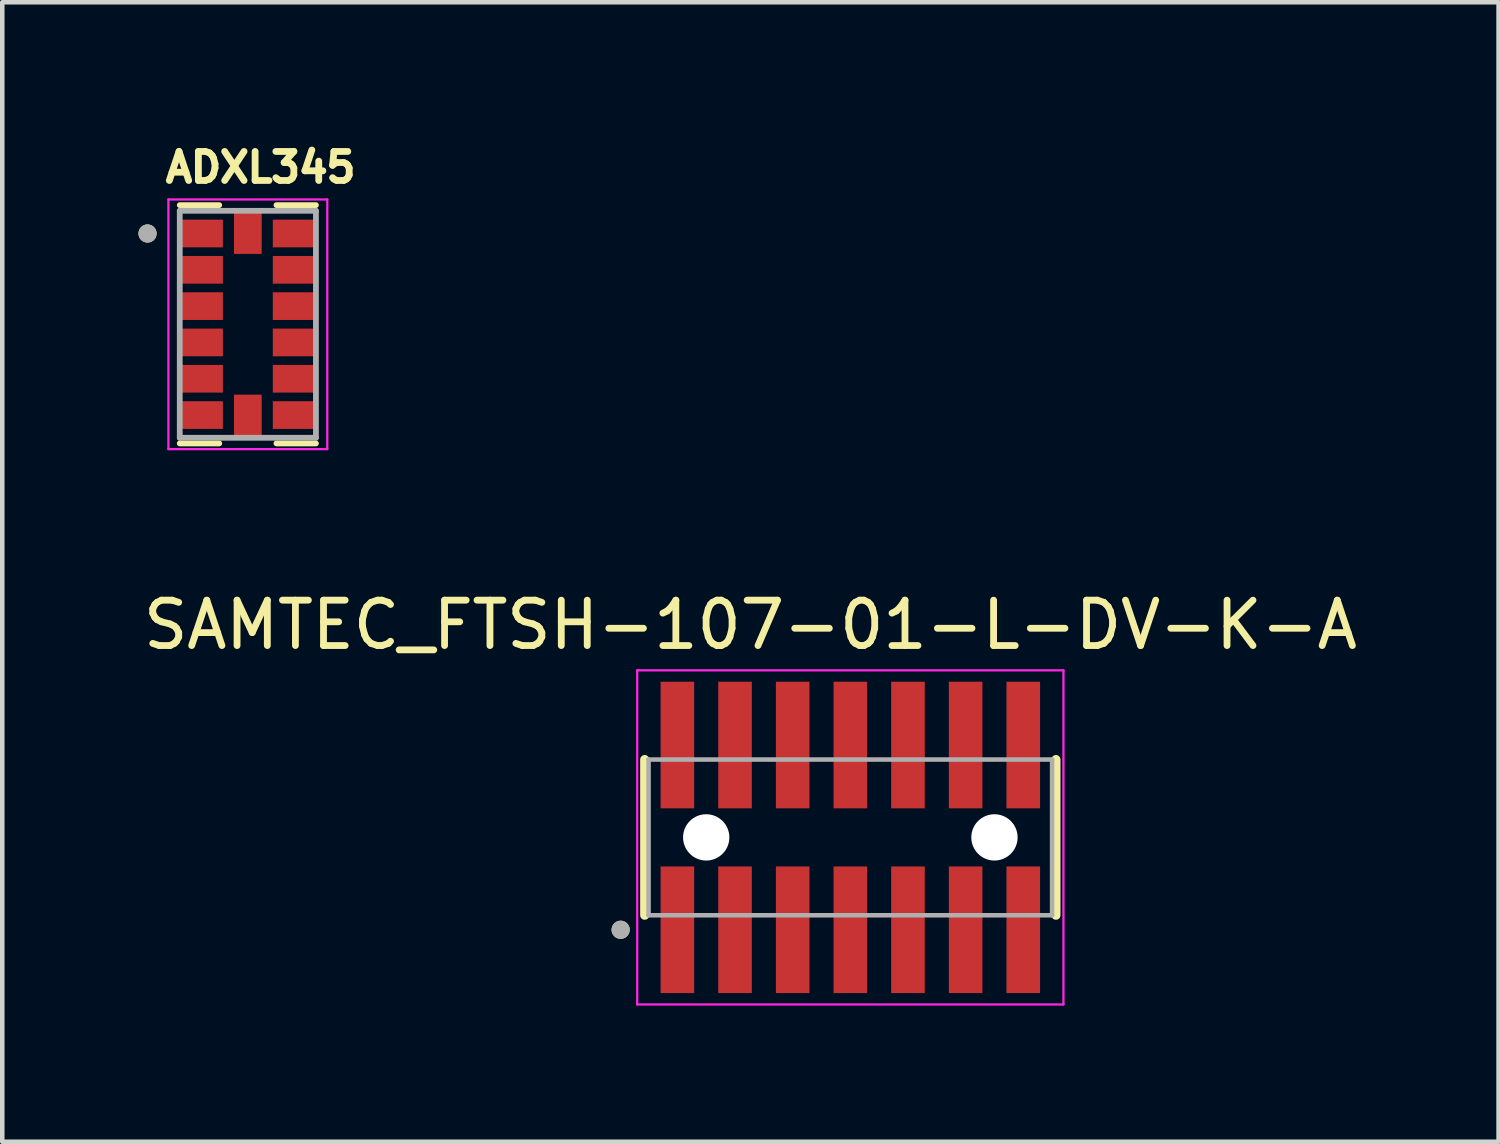
<source format=kicad_pcb>
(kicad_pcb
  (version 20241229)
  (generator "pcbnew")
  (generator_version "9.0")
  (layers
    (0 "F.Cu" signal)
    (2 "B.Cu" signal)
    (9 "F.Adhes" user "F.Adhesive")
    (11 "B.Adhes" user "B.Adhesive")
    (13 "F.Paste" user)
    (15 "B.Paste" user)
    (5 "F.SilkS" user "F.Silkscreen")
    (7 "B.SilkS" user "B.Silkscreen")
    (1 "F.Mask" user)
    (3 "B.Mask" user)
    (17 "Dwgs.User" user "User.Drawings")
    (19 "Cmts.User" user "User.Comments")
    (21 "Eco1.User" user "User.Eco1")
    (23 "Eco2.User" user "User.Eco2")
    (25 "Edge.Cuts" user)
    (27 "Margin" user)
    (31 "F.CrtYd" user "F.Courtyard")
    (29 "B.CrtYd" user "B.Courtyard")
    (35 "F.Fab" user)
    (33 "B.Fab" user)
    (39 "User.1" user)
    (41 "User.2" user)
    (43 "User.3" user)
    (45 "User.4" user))
  (footprint "SAMTEC_FTSH-107-01-L-DV-K-A"
    (layer "F.Cu")
    (at 15.683 15.398)
    (property "Reference" "SAMTEC_FTSH-107-01-L-DV-K-A" (at -2.201 -4.681 0) (layer "F.SilkS") (effects (font (size 1 1) (thickness 0.15))))
    (attr smd)
    (fp_circle (center -3.175 0) (end -2.614 0) (stroke (width 0) (type solid)) (fill yes) (layer "B.Mask"))
    (fp_circle (center 3.175 0) (end 3.736 0) (stroke (width 0) (type solid)) (fill yes) (layer "B.Mask"))
    (fp_line (start -4.53 -1.715) (end -4.53 1.715) (stroke (width 0.2) (type solid)) (layer "F.SilkS"))
    (fp_line (start 4.53 1.715) (end 4.53 -1.715) (stroke (width 0.2) (type solid)) (layer "F.SilkS"))
    (fp_circle (center -5.06 2.035) (end -4.96 2.035) (stroke (width 0.2) (type solid)) (fill no) (layer "F.SilkS"))
    (fp_poly (pts (xy -1.64 -3.427) (xy -0.9 -3.427) (xy -0.9 -0.637) (xy -1.64 -0.637)) (stroke (width 0.01) (type solid)) (fill yes) (layer "F.Paste"))
    (fp_poly (pts (xy -1.64 0.637) (xy -0.9 0.637) (xy -0.9 3.427) (xy -1.64 3.427)) (stroke (width 0.01) (type solid)) (fill yes) (layer "F.Paste"))
    (fp_poly (pts (xy -0.37 -3.427) (xy 0.37 -3.427) (xy 0.37 -0.637) (xy -0.37 -0.637)) (stroke (width 0.01) (type solid)) (fill yes) (layer "F.Paste"))
    (fp_poly (pts (xy -0.37 0.637) (xy 0.37 0.637) (xy 0.37 3.427) (xy -0.37 3.427)) (stroke (width 0.01) (type solid)) (fill yes) (layer "F.Paste"))
    (fp_poly (pts (xy 0.9 -3.427) (xy 1.64 -3.427) (xy 1.64 -0.637) (xy 0.9 -0.637)) (stroke (width 0.01) (type solid)) (fill yes) (layer "F.Paste"))
    (fp_poly (pts (xy 0.9 0.637) (xy 1.64 0.637) (xy 1.64 3.427) (xy 0.9 3.427)) (stroke (width 0.01) (type solid)) (fill yes) (layer "F.Paste"))
    (fp_poly (pts (xy 2.17 -3.427) (xy 2.91 -3.427) (xy 2.91 -0.637) (xy 2.17 -0.637)) (stroke (width 0.01) (type solid)) (fill yes) (layer "F.Paste"))
    (fp_poly (pts (xy 2.17 0.637) (xy 2.91 0.637) (xy 2.91 3.427) (xy 2.17 3.427)) (stroke (width 0.01) (type solid)) (fill yes) (layer "F.Paste"))
    (fp_poly (pts (xy 3.44 -3.427) (xy 4.18 -3.427) (xy 4.18 -0.637) (xy 3.44 -0.637)) (stroke (width 0.01) (type solid)) (fill yes) (layer "F.Paste"))
    (fp_poly (pts (xy 3.44 0.637) (xy 4.18 0.637) (xy 4.18 3.427) (xy 3.44 3.427)) (stroke (width 0.01) (type solid)) (fill yes) (layer "F.Paste"))
    (fp_line (start -4.695 -3.68) (end 4.695 -3.68) (stroke (width 0.05) (type solid)) (layer "F.CrtYd"))
    (fp_line (start -4.695 3.68) (end -4.695 -3.68) (stroke (width 0.05) (type solid)) (layer "F.CrtYd"))
    (fp_line (start 4.695 -3.68) (end 4.695 3.68) (stroke (width 0.05) (type solid)) (layer "F.CrtYd"))
    (fp_line (start 4.695 3.68) (end -4.695 3.68) (stroke (width 0.05) (type solid)) (layer "F.CrtYd"))
    (fp_line (start -4.445 1.715) (end -4.445 -1.715) (stroke (width 0.1) (type solid)) (layer "F.Fab"))
    (fp_line (start -4.445 1.715) (end 4.445 1.715) (stroke (width 0.1) (type solid)) (layer "F.Fab"))
    (fp_line (start 4.445 -1.715) (end -4.445 -1.715) (stroke (width 0.1) (type solid)) (layer "F.Fab"))
    (fp_line (start 4.445 1.715) (end 4.445 -1.715) (stroke (width 0.1) (type solid)) (layer "F.Fab"))
    (fp_circle (center -5.06 2.035) (end -4.96 2.035) (stroke (width 0.2) (type solid)) (fill no) (layer "F.Fab"))
    (pad "" np_thru_hole circle (at -3.175 0) (size 1.02 1.02) (drill 1.02) (layers "*.Cu" "*.Mask"))
    (pad "" np_thru_hole circle (at 3.175 0) (size 1.02 1.02) (drill 1.02) (layers "*.Cu" "*.Mask"))
    (pad "01" smd rect (at -3.81 2.035) (size 0.74 2.79) (layers "F.Cu" "F.Mask" "F.Paste"))
    (pad "02" smd rect (at -3.81 -2.035) (size 0.74 2.79) (layers "F.Cu" "F.Mask" "F.Paste"))
    (pad "03" smd rect (at -2.54 2.035) (size 0.74 2.79) (layers "F.Cu" "F.Mask" "F.Paste"))
    (pad "04" smd rect (at -2.54 -2.035) (size 0.74 2.79) (layers "F.Cu" "F.Mask" "F.Paste"))
    (pad "05" smd rect (at -1.27 2.035) (size 0.74 2.79) (layers "F.Cu" "F.Mask" "F.Paste"))
    (pad "06" smd rect (at -1.27 -2.035) (size 0.74 2.79) (layers "F.Cu" "F.Mask" "F.Paste"))
    (pad "07" smd rect (at 0 2.035) (size 0.74 2.79) (layers "F.Cu" "F.Mask" "F.Paste"))
    (pad "08" smd rect (at 0 -2.035) (size 0.74 2.79) (layers "F.Cu" "F.Mask" "F.Paste"))
    (pad "09" smd rect (at 1.27 2.035) (size 0.74 2.79) (layers "F.Cu" "F.Mask" "F.Paste"))
    (pad "10" smd rect (at 1.27 -2.035) (size 0.74 2.79) (layers "F.Cu" "F.Mask" "F.Paste"))
    (pad "11" smd rect (at 2.54 2.035) (size 0.74 2.79) (layers "F.Cu" "F.Mask" "F.Paste"))
    (pad "12" smd rect (at 2.54 -2.035) (size 0.74 2.79) (layers "F.Cu" "F.Mask" "F.Paste"))
    (pad "13" smd rect (at 3.81 2.035) (size 0.74 2.79) (layers "F.Cu" "F.Mask" "F.Paste"))
    (pad "14" smd rect (at 3.81 -2.035) (size 0.74 2.79) (layers "F.Cu" "F.Mask" "F.Paste")))
  (footprint "ADXL345"
    (layer "F.Cu")
    (at 2.41 4.094)
    (property "Reference" "ADXL345" (at 0.282 -3.456 0) (layer "F.SilkS") (effects (font (size 0.64 0.64) (thickness 0.15))))
    (attr smd)
    (fp_poly (pts (xy -1.52 -2.355) (xy -0.5 -2.355) (xy -0.5 -1.645) (xy -1.52 -1.645)) (stroke (width 0.01) (type solid)) (fill yes) (layer "F.Mask"))
    (fp_poly (pts (xy -1.52 -1.555) (xy -0.5 -1.555) (xy -0.5 -0.845) (xy -1.52 -0.845)) (stroke (width 0.01) (type solid)) (fill yes) (layer "F.Mask"))
    (fp_poly (pts (xy -1.52 -0.755) (xy -0.5 -0.755) (xy -0.5 -0.045) (xy -1.52 -0.045)) (stroke (width 0.01) (type solid)) (fill yes) (layer "F.Mask"))
    (fp_poly (pts (xy -1.52 0.045) (xy -0.5 0.045) (xy -0.5 0.755) (xy -1.52 0.755)) (stroke (width 0.01) (type solid)) (fill yes) (layer "F.Mask"))
    (fp_poly (pts (xy -1.52 0.845) (xy -0.5 0.845) (xy -0.5 1.555) (xy -1.52 1.555)) (stroke (width 0.01) (type solid)) (fill yes) (layer "F.Mask"))
    (fp_poly (pts (xy -1.52 1.645) (xy -0.5 1.645) (xy -0.5 2.355) (xy -1.52 2.355)) (stroke (width 0.01) (type solid)) (fill yes) (layer "F.Mask"))
    (fp_poly (pts (xy -0.355 -2.52) (xy 0.355 -2.52) (xy 0.355 -1.5) (xy -0.355 -1.5)) (stroke (width 0.01) (type solid)) (fill yes) (layer "F.Mask"))
    (fp_poly (pts (xy -0.355 1.5) (xy 0.355 1.5) (xy 0.355 2.52) (xy -0.355 2.52)) (stroke (width 0.01) (type solid)) (fill yes) (layer "F.Mask"))
    (fp_poly (pts (xy 0.5 -2.355) (xy 1.52 -2.355) (xy 1.52 -1.645) (xy 0.5 -1.645)) (stroke (width 0.01) (type solid)) (fill yes) (layer "F.Mask"))
    (fp_poly (pts (xy 0.5 -1.555) (xy 1.52 -1.555) (xy 1.52 -0.845) (xy 0.5 -0.845)) (stroke (width 0.01) (type solid)) (fill yes) (layer "F.Mask"))
    (fp_poly (pts (xy 0.5 -0.755) (xy 1.52 -0.755) (xy 1.52 -0.045) (xy 0.5 -0.045)) (stroke (width 0.01) (type solid)) (fill yes) (layer "F.Mask"))
    (fp_poly (pts (xy 0.5 0.045) (xy 1.52 0.045) (xy 1.52 0.755) (xy 0.5 0.755)) (stroke (width 0.01) (type solid)) (fill yes) (layer "F.Mask"))
    (fp_poly (pts (xy 0.5 0.845) (xy 1.52 0.845) (xy 1.52 1.555) (xy 0.5 1.555)) (stroke (width 0.01) (type solid)) (fill yes) (layer "F.Mask"))
    (fp_poly (pts (xy 0.5 1.645) (xy 1.52 1.645) (xy 1.52 2.355) (xy 0.5 2.355)) (stroke (width 0.01) (type solid)) (fill yes) (layer "F.Mask"))
    (fp_line (start -1.5 -2.625) (end -0.63 -2.625) (stroke (width 0.127) (type solid)) (layer "F.SilkS"))
    (fp_line (start -1.5 2.625) (end -0.63 2.625) (stroke (width 0.127) (type solid)) (layer "F.SilkS"))
    (fp_line (start 1.5 -2.625) (end 0.63 -2.625) (stroke (width 0.127) (type solid)) (layer "F.SilkS"))
    (fp_line (start 1.5 2.625) (end 0.63 2.625) (stroke (width 0.127) (type solid)) (layer "F.SilkS"))
    (fp_circle (center -2.21 -2) (end -2.11 -2) (stroke (width 0.2) (type solid)) (fill no) (layer "F.SilkS"))
    (fp_line (start -1.75 -2.75) (end -1.75 2.75) (stroke (width 0.05) (type solid)) (layer "F.CrtYd"))
    (fp_line (start -1.75 2.75) (end 1.75 2.75) (stroke (width 0.05) (type solid)) (layer "F.CrtYd"))
    (fp_line (start 1.75 -2.75) (end -1.75 -2.75) (stroke (width 0.05) (type solid)) (layer "F.CrtYd"))
    (fp_line (start 1.75 2.75) (end 1.75 -2.75) (stroke (width 0.05) (type solid)) (layer "F.CrtYd"))
    (fp_line (start -1.5 -2.5) (end 1.5 -2.5) (stroke (width 0.127) (type solid)) (layer "F.Fab"))
    (fp_line (start -1.5 2.5) (end -1.5 -2.5) (stroke (width 0.127) (type solid)) (layer "F.Fab"))
    (fp_line (start 1.5 -2.5) (end 1.5 2.5) (stroke (width 0.127) (type solid)) (layer "F.Fab"))
    (fp_line (start 1.5 2.5) (end -1.5 2.5) (stroke (width 0.127) (type solid)) (layer "F.Fab"))
    (fp_circle (center -2.21 -2) (end -2.11 -2) (stroke (width 0.2) (type solid)) (fill no) (layer "F.Fab"))
    (pad "1" smd rect (at -1.01 -2) (size 0.92 0.61) (layers "F.Cu" "F.Paste"))
    (pad "2" smd rect (at -1.01 -1.2) (size 0.92 0.61) (layers "F.Cu" "F.Paste"))
    (pad "3" smd rect (at -1.01 -0.4) (size 0.92 0.61) (layers "F.Cu" "F.Paste"))
    (pad "4" smd rect (at -1.01 0.4) (size 0.92 0.61) (layers "F.Cu" "F.Paste"))
    (pad "5" smd rect (at -1.01 1.2) (size 0.92 0.61) (layers "F.Cu" "F.Paste"))
    (pad "6" smd rect (at -1.01 2) (size 0.92 0.61) (layers "F.Cu" "F.Paste"))
    (pad "7" smd rect (at 0 2.01) (size 0.61 0.92) (layers "F.Cu" "F.Paste"))
    (pad "8" smd rect (at 1.01 2) (size 0.92 0.61) (layers "F.Cu" "F.Paste"))
    (pad "9" smd rect (at 1.01 1.2) (size 0.92 0.61) (layers "F.Cu" "F.Paste"))
    (pad "10" smd rect (at 1.01 0.4) (size 0.92 0.61) (layers "F.Cu" "F.Paste"))
    (pad "11" smd rect (at 1.01 -0.4) (size 0.92 0.61) (layers "F.Cu" "F.Paste"))
    (pad "12" smd rect (at 1.01 -1.2) (size 0.92 0.61) (layers "F.Cu" "F.Paste"))
    (pad "13" smd rect (at 1.01 -2) (size 0.92 0.61) (layers "F.Cu" "F.Paste"))
    (pad "14" smd rect (at 0 -2.01) (size 0.61 0.92) (layers "F.Cu" "F.Paste")))
  (gr_rect
    (start -3 -3)
    (end 29.964 22.103)
    (stroke (width 0.1) (type default))
    (fill no)
    (layer "Edge.Cuts")))
</source>
